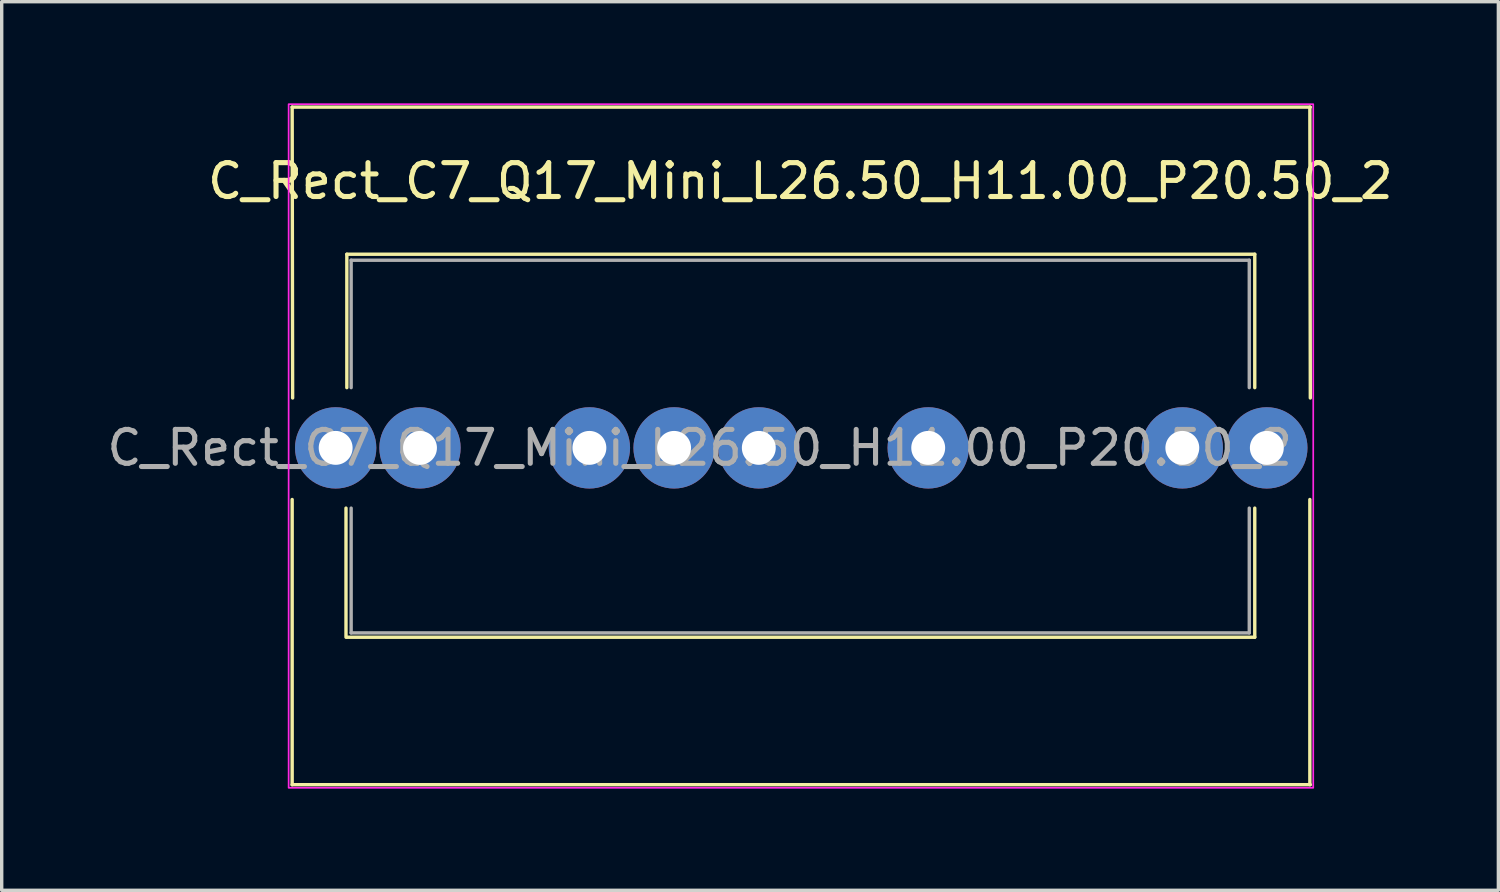
<source format=kicad_pcb>
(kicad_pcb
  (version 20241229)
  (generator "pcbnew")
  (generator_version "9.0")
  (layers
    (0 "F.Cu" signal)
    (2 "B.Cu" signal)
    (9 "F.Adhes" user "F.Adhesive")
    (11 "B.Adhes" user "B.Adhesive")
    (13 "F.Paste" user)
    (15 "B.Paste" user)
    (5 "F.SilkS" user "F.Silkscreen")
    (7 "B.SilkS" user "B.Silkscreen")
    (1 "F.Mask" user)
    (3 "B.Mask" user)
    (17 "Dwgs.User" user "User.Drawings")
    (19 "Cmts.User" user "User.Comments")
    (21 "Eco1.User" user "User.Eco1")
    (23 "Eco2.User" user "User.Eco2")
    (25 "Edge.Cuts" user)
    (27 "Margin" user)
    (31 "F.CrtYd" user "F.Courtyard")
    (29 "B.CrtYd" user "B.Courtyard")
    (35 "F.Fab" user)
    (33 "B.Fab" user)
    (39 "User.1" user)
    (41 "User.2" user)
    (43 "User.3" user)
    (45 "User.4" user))
  (footprint "C_Rect_C7_Q17_Mini_L26.50_H11.00_P20.50_2"
    (layer "F.Cu")
    (at 9.346 10.169)
    (property "Reference" "C_Rect_C7_Q17_Mini_L26.50_H11.00_P20.50_2" (at 11.227 -7.874 0) (layer "F.SilkS") (effects (font (size 1 1) (thickness 0.15))))
    (attr through_hole)
    (fp_line (start -3.773 -10.058) (end 26.278 -10.058) (stroke (width 0.1) (type solid)) (layer "F.SilkS"))
    (fp_line (start -3.773 9.942) (end -3.773 1.524) (stroke (width 0.1) (type solid)) (layer "F.SilkS"))
    (fp_line (start -3.759 -1.473) (end -3.773 -10.058) (stroke (width 0.1) (type solid)) (layer "F.SilkS"))
    (fp_line (start -2.184 1.778) (end -2.184 5.588) (stroke (width 0.1) (type solid)) (layer "F.SilkS"))
    (fp_line (start -2.159 -5.715) (end -2.159 -1.778) (stroke (width 0.1) (type solid)) (layer "F.SilkS"))
    (fp_line (start -2.159 -5.715) (end 24.638 -5.715) (stroke (width 0.1) (type solid)) (layer "F.SilkS"))
    (fp_line (start 24.638 -5.715) (end 24.638 -1.778) (stroke (width 0.1) (type solid)) (layer "F.SilkS"))
    (fp_line (start 24.638 1.778) (end 24.638 5.588) (stroke (width 0.1) (type solid)) (layer "F.SilkS"))
    (fp_line (start 24.638 5.588) (end -2.159 5.588) (stroke (width 0.1) (type solid)) (layer "F.SilkS"))
    (fp_line (start 26.264 9.942) (end 26.264 1.524) (stroke (width 0.1) (type solid)) (layer "F.SilkS"))
    (fp_line (start 26.278 -1.473) (end 26.264 -10.058) (stroke (width 0.1) (type solid)) (layer "F.SilkS"))
    (fp_line (start 26.278 9.942) (end -3.773 9.942) (stroke (width 0.1) (type solid)) (layer "F.SilkS"))
    (fp_rect (start -3.877 -10.144) (end 26.364 10.033) (stroke (width 0.05) (type solid)) (fill no) (layer "F.CrtYd"))
    (fp_line (start -2.032 -5.539) (end -2.032 -1.778) (stroke (width 0.1) (type solid)) (layer "F.Fab"))
    (fp_line (start -2.032 -5.539) (end 24.476 -5.539) (stroke (width 0.1) (type solid)) (layer "F.Fab"))
    (fp_line (start -2.032 1.778) (end -2.032 5.461) (stroke (width 0.1) (type solid)) (layer "F.Fab"))
    (fp_line (start 24.476 -5.539) (end 24.476 -1.778) (stroke (width 0.1) (type solid)) (layer "F.Fab"))
    (fp_line (start 24.476 1.778) (end 24.476 5.461) (stroke (width 0.1) (type solid)) (layer "F.Fab"))
    (fp_line (start 24.476 5.461) (end -2.032 5.461) (stroke (width 0.1) (type solid)) (layer "F.Fab"))
    (fp_text user "${REFERENCE}" (at 8.255 0 0) (layer "F.Fab") (effects (font (size 1 1) (thickness 0.15))))
    (pad "1" thru_hole circle (at -2.489 0) (size 2.4 2.4) (drill 1) (layers "*.Cu" "*.Mask"))
    (pad "1" thru_hole circle (at 0 0) (size 2.4 2.4) (drill 1) (layers "*.Cu" "*.Mask"))
    (pad "2" thru_hole circle (at 5 0 180) (size 2.4 2.4) (drill 1) (layers "*.Cu" "*.Mask"))
    (pad "2" thru_hole circle (at 7.5 0 180) (size 2.4 2.4) (drill 1) (layers "*.Cu" "*.Mask"))
    (pad "2" thru_hole circle (at 10 0 180) (size 2.4 2.4) (drill 1) (layers "*.Cu" "*.Mask"))
    (pad "2" thru_hole circle (at 15 0 180) (size 2.4 2.4) (drill 1) (layers "*.Cu" "*.Mask"))
    (pad "2" thru_hole circle (at 22.5 0 180) (size 2.4 2.4) (drill 1) (layers "*.Cu" "*.Mask"))
    (pad "2" thru_hole circle (at 24.994 0 180) (size 2.4 2.4) (drill 1) (layers "*.Cu" "*.Mask")))
  (gr_rect
    (start -3 -3)
    (end 41.174 23.227)
    (stroke (width 0.1) (type default))
    (fill no)
    (layer "Edge.Cuts")))
</source>
